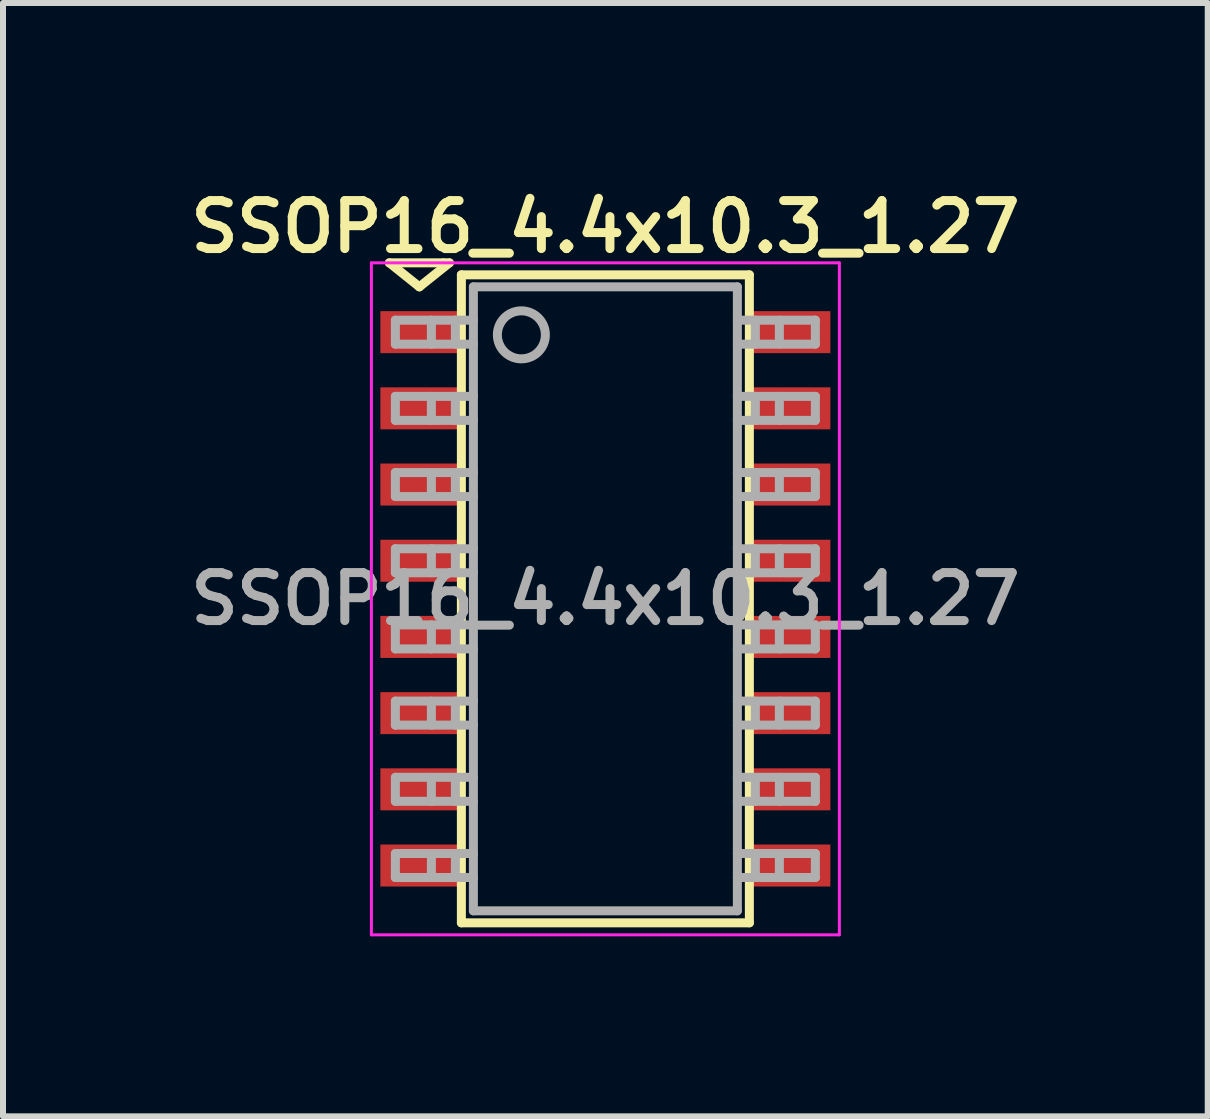
<source format=kicad_pcb>
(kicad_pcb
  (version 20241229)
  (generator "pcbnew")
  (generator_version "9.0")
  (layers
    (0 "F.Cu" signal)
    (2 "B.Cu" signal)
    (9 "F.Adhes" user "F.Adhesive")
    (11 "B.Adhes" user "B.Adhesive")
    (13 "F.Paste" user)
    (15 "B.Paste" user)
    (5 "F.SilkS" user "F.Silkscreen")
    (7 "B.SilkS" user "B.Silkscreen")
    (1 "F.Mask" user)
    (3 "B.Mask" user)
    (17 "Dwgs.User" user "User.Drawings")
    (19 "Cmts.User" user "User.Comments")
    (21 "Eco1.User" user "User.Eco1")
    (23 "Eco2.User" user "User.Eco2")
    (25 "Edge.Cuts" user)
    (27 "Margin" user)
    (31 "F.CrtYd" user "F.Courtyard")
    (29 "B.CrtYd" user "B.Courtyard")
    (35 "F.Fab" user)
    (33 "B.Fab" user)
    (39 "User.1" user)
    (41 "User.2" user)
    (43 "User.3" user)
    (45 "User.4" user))
  (footprint "SSOP16_4.4x10.3_1.27"
    (layer "F.Cu")
    (at 7.04 6.931)
    (property "Reference" "SSOP16_4.4x10.3_1.27" (at 0 -6.2 0) (layer "F.SilkS") (effects (font (size 0.8 0.8) (thickness 0.15))))
    (attr through_hole)
    (fp_line (start -3.6 -5.6) (end -2.7 -5.6) (stroke (width 0.15) (type solid)) (layer "F.SilkS"))
    (fp_line (start -3.1 -5.2) (end -3.6 -5.6) (stroke (width 0.15) (type solid)) (layer "F.SilkS"))
    (fp_line (start -2.7 -5.6) (end -2.6 -5.6) (stroke (width 0.15) (type solid)) (layer "F.SilkS"))
    (fp_line (start -2.6 -5.6) (end -3.1 -5.2) (stroke (width 0.15) (type solid)) (layer "F.SilkS"))
    (fp_line (start -2.4 -5.4) (end 2.4 -5.4) (stroke (width 0.15) (type solid)) (layer "F.SilkS"))
    (fp_line (start -2.4 5.4) (end -2.4 -5.4) (stroke (width 0.15) (type solid)) (layer "F.SilkS"))
    (fp_line (start -2.4 5.4) (end 2.4 5.4) (stroke (width 0.15) (type solid)) (layer "F.SilkS"))
    (fp_line (start 2.4 -5.4) (end 2.4 5.4) (stroke (width 0.15) (type solid)) (layer "F.SilkS"))
    (fp_line (start -3.9 -5.6) (end -3.9 5.6) (stroke (width 0.05) (type solid)) (layer "F.CrtYd"))
    (fp_line (start -3.9 5.6) (end 3.9 5.6) (stroke (width 0.05) (type solid)) (layer "F.CrtYd"))
    (fp_line (start 3.9 -5.6) (end -3.9 -5.6) (stroke (width 0.05) (type solid)) (layer "F.CrtYd"))
    (fp_line (start 3.9 5.6) (end 3.9 -5.6) (stroke (width 0.05) (type solid)) (layer "F.CrtYd"))
    (fp_line (start -3.5 -4.645) (end -2.2 -4.645) (stroke (width 0.15) (type solid)) (layer "F.Fab"))
    (fp_line (start -3.5 -4.245) (end -3.5 -4.645) (stroke (width 0.15) (type solid)) (layer "F.Fab"))
    (fp_line (start -3.5 -3.375) (end -2.2 -3.375) (stroke (width 0.15) (type solid)) (layer "F.Fab"))
    (fp_line (start -3.5 -2.975) (end -3.5 -3.375) (stroke (width 0.15) (type solid)) (layer "F.Fab"))
    (fp_line (start -3.5 -2.105) (end -2.2 -2.105) (stroke (width 0.15) (type solid)) (layer "F.Fab"))
    (fp_line (start -3.5 -1.705) (end -3.5 -2.105) (stroke (width 0.15) (type solid)) (layer "F.Fab"))
    (fp_line (start -3.5 -0.835) (end -2.2 -0.835) (stroke (width 0.15) (type solid)) (layer "F.Fab"))
    (fp_line (start -3.5 -0.435) (end -3.5 -0.835) (stroke (width 0.15) (type solid)) (layer "F.Fab"))
    (fp_line (start -3.5 0.435) (end -2.2 0.435) (stroke (width 0.15) (type solid)) (layer "F.Fab"))
    (fp_line (start -3.5 0.835) (end -3.5 0.435) (stroke (width 0.15) (type solid)) (layer "F.Fab"))
    (fp_line (start -3.5 1.705) (end -2.2 1.705) (stroke (width 0.15) (type solid)) (layer "F.Fab"))
    (fp_line (start -3.5 2.105) (end -3.5 1.705) (stroke (width 0.15) (type solid)) (layer "F.Fab"))
    (fp_line (start -3.5 2.975) (end -2.2 2.975) (stroke (width 0.15) (type solid)) (layer "F.Fab"))
    (fp_line (start -3.5 3.375) (end -3.5 2.975) (stroke (width 0.15) (type solid)) (layer "F.Fab"))
    (fp_line (start -3.5 4.245) (end -2.2 4.245) (stroke (width 0.15) (type solid)) (layer "F.Fab"))
    (fp_line (start -3.5 4.645) (end -3.5 4.245) (stroke (width 0.15) (type solid)) (layer "F.Fab"))
    (fp_line (start -2.9 -4.245) (end -2.9 -4.645) (stroke (width 0.15) (type solid)) (layer "F.Fab"))
    (fp_line (start -2.9 -2.975) (end -2.9 -3.375) (stroke (width 0.15) (type solid)) (layer "F.Fab"))
    (fp_line (start -2.9 -1.705) (end -2.9 -2.105) (stroke (width 0.15) (type solid)) (layer "F.Fab"))
    (fp_line (start -2.9 -0.435) (end -2.9 -0.835) (stroke (width 0.15) (type solid)) (layer "F.Fab"))
    (fp_line (start -2.9 0.835) (end -2.9 0.435) (stroke (width 0.15) (type solid)) (layer "F.Fab"))
    (fp_line (start -2.9 2.105) (end -2.9 1.705) (stroke (width 0.15) (type solid)) (layer "F.Fab"))
    (fp_line (start -2.9 3.375) (end -2.9 2.975) (stroke (width 0.15) (type solid)) (layer "F.Fab"))
    (fp_line (start -2.9 4.645) (end -2.9 4.245) (stroke (width 0.15) (type solid)) (layer "F.Fab"))
    (fp_line (start -2.5 -4.645) (end -2.5 -4.245) (stroke (width 0.15) (type solid)) (layer "F.Fab"))
    (fp_line (start -2.5 -3.375) (end -2.5 -2.975) (stroke (width 0.15) (type solid)) (layer "F.Fab"))
    (fp_line (start -2.5 -2.105) (end -2.5 -1.705) (stroke (width 0.15) (type solid)) (layer "F.Fab"))
    (fp_line (start -2.5 -0.835) (end -2.5 -0.435) (stroke (width 0.15) (type solid)) (layer "F.Fab"))
    (fp_line (start -2.5 0.435) (end -2.5 0.835) (stroke (width 0.15) (type solid)) (layer "F.Fab"))
    (fp_line (start -2.5 1.705) (end -2.5 2.105) (stroke (width 0.15) (type solid)) (layer "F.Fab"))
    (fp_line (start -2.5 2.975) (end -2.5 3.375) (stroke (width 0.15) (type solid)) (layer "F.Fab"))
    (fp_line (start -2.5 4.245) (end -2.5 4.645) (stroke (width 0.15) (type solid)) (layer "F.Fab"))
    (fp_line (start -2.2 -5.2) (end 2.2 -5.2) (stroke (width 0.15) (type solid)) (layer "F.Fab"))
    (fp_line (start -2.2 -4.245) (end -3.5 -4.245) (stroke (width 0.15) (type solid)) (layer "F.Fab"))
    (fp_line (start -2.2 -2.975) (end -3.5 -2.975) (stroke (width 0.15) (type solid)) (layer "F.Fab"))
    (fp_line (start -2.2 -1.705) (end -3.5 -1.705) (stroke (width 0.15) (type solid)) (layer "F.Fab"))
    (fp_line (start -2.2 -0.435) (end -3.5 -0.435) (stroke (width 0.15) (type solid)) (layer "F.Fab"))
    (fp_line (start -2.2 0.835) (end -3.5 0.835) (stroke (width 0.15) (type solid)) (layer "F.Fab"))
    (fp_line (start -2.2 2.105) (end -3.5 2.105) (stroke (width 0.15) (type solid)) (layer "F.Fab"))
    (fp_line (start -2.2 3.375) (end -3.5 3.375) (stroke (width 0.15) (type solid)) (layer "F.Fab"))
    (fp_line (start -2.2 4.645) (end -3.5 4.645) (stroke (width 0.15) (type solid)) (layer "F.Fab"))
    (fp_line (start -2.2 5.2) (end -2.2 -5.2) (stroke (width 0.15) (type solid)) (layer "F.Fab"))
    (fp_line (start 2.2 -5.2) (end 2.2 5.2) (stroke (width 0.15) (type solid)) (layer "F.Fab"))
    (fp_line (start 2.2 -4.645) (end 3.5 -4.645) (stroke (width 0.15) (type solid)) (layer "F.Fab"))
    (fp_line (start 2.2 -3.375) (end 3.5 -3.375) (stroke (width 0.15) (type solid)) (layer "F.Fab"))
    (fp_line (start 2.2 -2.105) (end 3.5 -2.105) (stroke (width 0.15) (type solid)) (layer "F.Fab"))
    (fp_line (start 2.2 -0.835) (end 3.5 -0.835) (stroke (width 0.15) (type solid)) (layer "F.Fab"))
    (fp_line (start 2.2 0.435) (end 3.5 0.435) (stroke (width 0.15) (type solid)) (layer "F.Fab"))
    (fp_line (start 2.2 1.705) (end 3.5 1.705) (stroke (width 0.15) (type solid)) (layer "F.Fab"))
    (fp_line (start 2.2 2.975) (end 3.5 2.975) (stroke (width 0.15) (type solid)) (layer "F.Fab"))
    (fp_line (start 2.2 4.245) (end 3.5 4.245) (stroke (width 0.15) (type solid)) (layer "F.Fab"))
    (fp_line (start 2.2 5.2) (end -2.2 5.2) (stroke (width 0.15) (type solid)) (layer "F.Fab"))
    (fp_line (start 2.5 -4.245) (end 2.5 -4.645) (stroke (width 0.15) (type solid)) (layer "F.Fab"))
    (fp_line (start 2.5 -2.975) (end 2.5 -3.375) (stroke (width 0.15) (type solid)) (layer "F.Fab"))
    (fp_line (start 2.5 -1.705) (end 2.5 -2.105) (stroke (width 0.15) (type solid)) (layer "F.Fab"))
    (fp_line (start 2.5 -0.435) (end 2.5 -0.835) (stroke (width 0.15) (type solid)) (layer "F.Fab"))
    (fp_line (start 2.5 0.835) (end 2.5 0.435) (stroke (width 0.15) (type solid)) (layer "F.Fab"))
    (fp_line (start 2.5 2.105) (end 2.5 1.705) (stroke (width 0.15) (type solid)) (layer "F.Fab"))
    (fp_line (start 2.5 3.375) (end 2.5 2.975) (stroke (width 0.15) (type solid)) (layer "F.Fab"))
    (fp_line (start 2.5 4.645) (end 2.5 4.245) (stroke (width 0.15) (type solid)) (layer "F.Fab"))
    (fp_line (start 2.9 -4.645) (end 2.9 -4.245) (stroke (width 0.15) (type solid)) (layer "F.Fab"))
    (fp_line (start 2.9 -3.375) (end 2.9 -2.975) (stroke (width 0.15) (type solid)) (layer "F.Fab"))
    (fp_line (start 2.9 -2.105) (end 2.9 -1.705) (stroke (width 0.15) (type solid)) (layer "F.Fab"))
    (fp_line (start 2.9 -0.835) (end 2.9 -0.435) (stroke (width 0.15) (type solid)) (layer "F.Fab"))
    (fp_line (start 2.9 0.435) (end 2.9 0.835) (stroke (width 0.15) (type solid)) (layer "F.Fab"))
    (fp_line (start 2.9 1.705) (end 2.9 2.105) (stroke (width 0.15) (type solid)) (layer "F.Fab"))
    (fp_line (start 2.9 2.975) (end 2.9 3.375) (stroke (width 0.15) (type solid)) (layer "F.Fab"))
    (fp_line (start 2.9 4.245) (end 2.9 4.645) (stroke (width 0.15) (type solid)) (layer "F.Fab"))
    (fp_line (start 3.5 -4.645) (end 3.5 -4.245) (stroke (width 0.15) (type solid)) (layer "F.Fab"))
    (fp_line (start 3.5 -4.245) (end 2.2 -4.245) (stroke (width 0.15) (type solid)) (layer "F.Fab"))
    (fp_line (start 3.5 -3.375) (end 3.5 -2.975) (stroke (width 0.15) (type solid)) (layer "F.Fab"))
    (fp_line (start 3.5 -2.975) (end 2.2 -2.975) (stroke (width 0.15) (type solid)) (layer "F.Fab"))
    (fp_line (start 3.5 -2.105) (end 3.5 -1.705) (stroke (width 0.15) (type solid)) (layer "F.Fab"))
    (fp_line (start 3.5 -1.705) (end 2.2 -1.705) (stroke (width 0.15) (type solid)) (layer "F.Fab"))
    (fp_line (start 3.5 -0.835) (end 3.5 -0.435) (stroke (width 0.15) (type solid)) (layer "F.Fab"))
    (fp_line (start 3.5 -0.435) (end 2.2 -0.435) (stroke (width 0.15) (type solid)) (layer "F.Fab"))
    (fp_line (start 3.5 0.435) (end 3.5 0.835) (stroke (width 0.15) (type solid)) (layer "F.Fab"))
    (fp_line (start 3.5 0.835) (end 2.2 0.835) (stroke (width 0.15) (type solid)) (layer "F.Fab"))
    (fp_line (start 3.5 1.705) (end 3.5 2.105) (stroke (width 0.15) (type solid)) (layer "F.Fab"))
    (fp_line (start 3.5 2.105) (end 2.2 2.105) (stroke (width 0.15) (type solid)) (layer "F.Fab"))
    (fp_line (start 3.5 2.975) (end 3.5 3.375) (stroke (width 0.15) (type solid)) (layer "F.Fab"))
    (fp_line (start 3.5 3.375) (end 2.2 3.375) (stroke (width 0.15) (type solid)) (layer "F.Fab"))
    (fp_line (start 3.5 4.245) (end 3.5 4.645) (stroke (width 0.15) (type solid)) (layer "F.Fab"))
    (fp_line (start 3.5 4.645) (end 2.2 4.645) (stroke (width 0.15) (type solid)) (layer "F.Fab"))
    (fp_circle (center -1.4 -4.4) (end -1 -4.4) (stroke (width 0.15) (type solid)) (fill no) (layer "F.Fab"))
    (fp_text user "${REFERENCE}" (at 0 0 0) (layer "F.Fab") (effects (font (size 0.8 0.8) (thickness 0.15))))
    (pad "1" smd rect (at -3.1 -4.445) (size 1.3 0.7) (layers "F.Cu" "F.Mask" "F.Paste"))
    (pad "2" smd rect (at -3.1 -3.175) (size 1.3 0.7) (layers "F.Cu" "F.Mask" "F.Paste"))
    (pad "3" smd rect (at -3.1 -1.905) (size 1.3 0.7) (layers "F.Cu" "F.Mask" "F.Paste"))
    (pad "4" smd rect (at -3.1 -0.635) (size 1.3 0.7) (layers "F.Cu" "F.Mask" "F.Paste"))
    (pad "5" smd rect (at -3.1 0.635) (size 1.3 0.7) (layers "F.Cu" "F.Mask" "F.Paste"))
    (pad "6" smd rect (at -3.1 1.905) (size 1.3 0.7) (layers "F.Cu" "F.Mask" "F.Paste"))
    (pad "7" smd rect (at -3.1 3.175) (size 1.3 0.7) (layers "F.Cu" "F.Mask" "F.Paste"))
    (pad "8" smd rect (at -3.1 4.445) (size 1.3 0.7) (layers "F.Cu" "F.Mask" "F.Paste"))
    (pad "9" smd rect (at 3.1 4.445) (size 1.3 0.7) (layers "F.Cu" "F.Mask" "F.Paste"))
    (pad "10" smd rect (at 3.1 3.175) (size 1.3 0.7) (layers "F.Cu" "F.Mask" "F.Paste"))
    (pad "11" smd rect (at 3.1 1.905) (size 1.3 0.7) (layers "F.Cu" "F.Mask" "F.Paste"))
    (pad "12" smd rect (at 3.1 0.635) (size 1.3 0.7) (layers "F.Cu" "F.Mask" "F.Paste"))
    (pad "13" smd rect (at 3.1 -0.635) (size 1.3 0.7) (layers "F.Cu" "F.Mask" "F.Paste"))
    (pad "14" smd rect (at 3.1 -1.905) (size 1.3 0.7) (layers "F.Cu" "F.Mask" "F.Paste"))
    (pad "15" smd rect (at 3.1 -3.175) (size 1.3 0.7) (layers "F.Cu" "F.Mask" "F.Paste"))
    (pad "16" smd rect (at 3.1 -4.445) (size 1.3 0.7) (layers "F.Cu" "F.Mask" "F.Paste")))
  (gr_rect
    (start -3 -3)
    (end 17.08 15.556)
    (stroke (width 0.1) (type default))
    (fill no)
    (layer "Edge.Cuts")))
</source>
